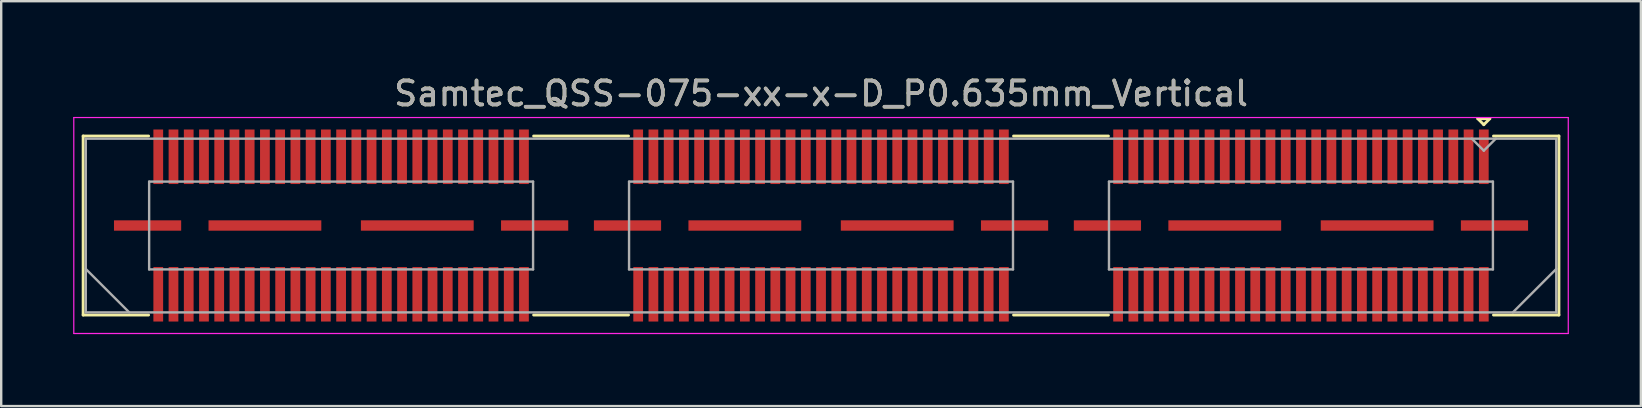
<source format=kicad_pcb>
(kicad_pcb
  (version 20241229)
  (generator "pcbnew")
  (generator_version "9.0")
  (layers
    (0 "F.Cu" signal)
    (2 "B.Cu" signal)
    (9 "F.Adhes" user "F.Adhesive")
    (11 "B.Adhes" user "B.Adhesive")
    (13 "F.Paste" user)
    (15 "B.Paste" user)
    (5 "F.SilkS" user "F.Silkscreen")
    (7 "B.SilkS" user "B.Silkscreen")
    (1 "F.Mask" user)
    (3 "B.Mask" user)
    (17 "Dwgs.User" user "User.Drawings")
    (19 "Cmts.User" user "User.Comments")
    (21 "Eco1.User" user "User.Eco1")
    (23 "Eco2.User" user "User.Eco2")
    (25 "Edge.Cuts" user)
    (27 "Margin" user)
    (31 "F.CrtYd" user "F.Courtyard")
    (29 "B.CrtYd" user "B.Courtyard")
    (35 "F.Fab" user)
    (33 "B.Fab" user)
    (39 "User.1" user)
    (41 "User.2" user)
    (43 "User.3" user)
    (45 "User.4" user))
  (footprint "Samtec_QSS-075-xx-x-D_P0.635mm_Vertical"
    (layer "F.Cu")
    (at 31.165 6.348)
    (property "Reference" "Samtec_QSS-075-xx-x-D_P0.635mm_Vertical" (at 0 -5.5 0) (layer "F.SilkS") (effects (font (size 1 1) (thickness 0.15))))
    (attr smd)
    (fp_line (start -30.75 -3.73) (end -28.023 -3.73) (stroke (width 0.12) (type solid)) (layer "F.SilkS"))
    (fp_line (start -30.75 3.73) (end -30.75 -3.73) (stroke (width 0.12) (type solid)) (layer "F.SilkS"))
    (fp_line (start -28.023 3.73) (end -30.75 3.73) (stroke (width 0.12) (type solid)) (layer "F.SilkS"))
    (fp_line (start -8.023 -3.73) (end -11.977 -3.73) (stroke (width 0.12) (type solid)) (layer "F.SilkS"))
    (fp_line (start -8.023 3.73) (end -11.977 3.73) (stroke (width 0.12) (type solid)) (layer "F.SilkS"))
    (fp_line (start 11.977 -3.73) (end 8.023 -3.73) (stroke (width 0.12) (type solid)) (layer "F.SilkS"))
    (fp_line (start 11.977 3.73) (end 8.023 3.73) (stroke (width 0.12) (type solid)) (layer "F.SilkS"))
    (fp_line (start 27.37 -4.452) (end 27.87 -4.452) (stroke (width 0.12) (type solid)) (layer "F.SilkS"))
    (fp_line (start 27.62 -4.202) (end 27.37 -4.452) (stroke (width 0.12) (type solid)) (layer "F.SilkS"))
    (fp_line (start 27.87 -4.452) (end 27.62 -4.202) (stroke (width 0.12) (type solid)) (layer "F.SilkS"))
    (fp_line (start 28.023 3.73) (end 30.75 3.73) (stroke (width 0.12) (type solid)) (layer "F.SilkS"))
    (fp_line (start 30.75 -3.73) (end 28.023 -3.73) (stroke (width 0.12) (type solid)) (layer "F.SilkS"))
    (fp_line (start 30.75 3.73) (end 30.75 -3.73) (stroke (width 0.12) (type solid)) (layer "F.SilkS"))
    (fp_line (start -31.14 -4.5) (end -31.14 4.5) (stroke (width 0.05) (type solid)) (layer "F.CrtYd"))
    (fp_line (start -31.14 4.5) (end 31.14 4.5) (stroke (width 0.05) (type solid)) (layer "F.CrtYd"))
    (fp_line (start 31.14 -4.5) (end -31.14 -4.5) (stroke (width 0.05) (type solid)) (layer "F.CrtYd"))
    (fp_line (start 31.14 4.5) (end 31.14 -4.5) (stroke (width 0.05) (type solid)) (layer "F.CrtYd"))
    (fp_line (start -30.64 -3.62) (end -30.64 3.62) (stroke (width 0.1) (type solid)) (layer "F.Fab"))
    (fp_line (start -30.64 1.81) (end -28.83 3.62) (stroke (width 0.1) (type solid)) (layer "F.Fab"))
    (fp_line (start -30.64 3.62) (end 30.64 3.62) (stroke (width 0.1) (type solid)) (layer "F.Fab"))
    (fp_line (start -28 -1.83) (end -28 1.83) (stroke (width 0.1) (type solid)) (layer "F.Fab"))
    (fp_line (start -28 1.83) (end -12 1.83) (stroke (width 0.1) (type solid)) (layer "F.Fab"))
    (fp_line (start -12 -1.83) (end -28 -1.83) (stroke (width 0.1) (type solid)) (layer "F.Fab"))
    (fp_line (start -12 1.83) (end -12 -1.83) (stroke (width 0.1) (type solid)) (layer "F.Fab"))
    (fp_line (start -8 -1.83) (end -8 1.83) (stroke (width 0.1) (type solid)) (layer "F.Fab"))
    (fp_line (start -8 1.83) (end 8 1.83) (stroke (width 0.1) (type solid)) (layer "F.Fab"))
    (fp_line (start 8 -1.83) (end -8 -1.83) (stroke (width 0.1) (type solid)) (layer "F.Fab"))
    (fp_line (start 8 1.83) (end 8 -1.83) (stroke (width 0.1) (type solid)) (layer "F.Fab"))
    (fp_line (start 12 -1.83) (end 12 1.83) (stroke (width 0.1) (type solid)) (layer "F.Fab"))
    (fp_line (start 12 1.83) (end 28 1.83) (stroke (width 0.1) (type solid)) (layer "F.Fab"))
    (fp_line (start 27.62 -3.12) (end 27.12 -3.62) (stroke (width 0.1) (type solid)) (layer "F.Fab"))
    (fp_line (start 28 -1.83) (end 12 -1.83) (stroke (width 0.1) (type solid)) (layer "F.Fab"))
    (fp_line (start 28 1.83) (end 28 -1.83) (stroke (width 0.1) (type solid)) (layer "F.Fab"))
    (fp_line (start 28.12 -3.62) (end 27.62 -3.12) (stroke (width 0.1) (type solid)) (layer "F.Fab"))
    (fp_line (start 30.64 -3.62) (end -30.64 -3.62) (stroke (width 0.1) (type solid)) (layer "F.Fab"))
    (fp_line (start 30.64 1.81) (end 28.83 3.62) (stroke (width 0.1) (type solid)) (layer "F.Fab"))
    (fp_line (start 30.64 3.62) (end 30.64 -3.62) (stroke (width 0.1) (type solid)) (layer "F.Fab"))
    (fp_text user "${REFERENCE}" (at 0 -5.5 0) (layer "F.Fab") (effects (font (size 1 1) (thickness 0.15))))
    (pad "1" smd rect (at 27.62 -2.865) (size 0.406 2.273) (layers "F.Cu" "F.Mask" "F.Paste"))
    (pad "2" smd rect (at 27.62 2.865) (size 0.406 2.273) (layers "F.Cu" "F.Mask" "F.Paste"))
    (pad "3" smd rect (at 26.985 -2.865) (size 0.406 2.273) (layers "F.Cu" "F.Mask" "F.Paste"))
    (pad "4" smd rect (at 26.985 2.865) (size 0.406 2.273) (layers "F.Cu" "F.Mask" "F.Paste"))
    (pad "5" smd rect (at 26.35 -2.865) (size 0.406 2.273) (layers "F.Cu" "F.Mask" "F.Paste"))
    (pad "6" smd rect (at 26.35 2.865) (size 0.406 2.273) (layers "F.Cu" "F.Mask" "F.Paste"))
    (pad "7" smd rect (at 25.715 -2.865) (size 0.406 2.273) (layers "F.Cu" "F.Mask" "F.Paste"))
    (pad "8" smd rect (at 25.715 2.865) (size 0.406 2.273) (layers "F.Cu" "F.Mask" "F.Paste"))
    (pad "9" smd rect (at 25.08 -2.865) (size 0.406 2.273) (layers "F.Cu" "F.Mask" "F.Paste"))
    (pad "10" smd rect (at 25.08 2.865) (size 0.406 2.273) (layers "F.Cu" "F.Mask" "F.Paste"))
    (pad "11" smd rect (at 24.445 -2.865) (size 0.406 2.273) (layers "F.Cu" "F.Mask" "F.Paste"))
    (pad "12" smd rect (at 24.445 2.865) (size 0.406 2.273) (layers "F.Cu" "F.Mask" "F.Paste"))
    (pad "13" smd rect (at 23.81 -2.865) (size 0.406 2.273) (layers "F.Cu" "F.Mask" "F.Paste"))
    (pad "14" smd rect (at 23.81 2.865) (size 0.406 2.273) (layers "F.Cu" "F.Mask" "F.Paste"))
    (pad "15" smd rect (at 23.175 -2.865) (size 0.406 2.273) (layers "F.Cu" "F.Mask" "F.Paste"))
    (pad "16" smd rect (at 23.175 2.865) (size 0.406 2.273) (layers "F.Cu" "F.Mask" "F.Paste"))
    (pad "17" smd rect (at 22.54 -2.865) (size 0.406 2.273) (layers "F.Cu" "F.Mask" "F.Paste"))
    (pad "18" smd rect (at 22.54 2.865) (size 0.406 2.273) (layers "F.Cu" "F.Mask" "F.Paste"))
    (pad "19" smd rect (at 21.905 -2.865) (size 0.406 2.273) (layers "F.Cu" "F.Mask" "F.Paste"))
    (pad "20" smd rect (at 21.905 2.865) (size 0.406 2.273) (layers "F.Cu" "F.Mask" "F.Paste"))
    (pad "21" smd rect (at 21.27 -2.865) (size 0.406 2.273) (layers "F.Cu" "F.Mask" "F.Paste"))
    (pad "22" smd rect (at 21.27 2.865) (size 0.406 2.273) (layers "F.Cu" "F.Mask" "F.Paste"))
    (pad "23" smd rect (at 20.635 -2.865) (size 0.406 2.273) (layers "F.Cu" "F.Mask" "F.Paste"))
    (pad "24" smd rect (at 20.635 2.865) (size 0.406 2.273) (layers "F.Cu" "F.Mask" "F.Paste"))
    (pad "25" smd rect (at 20 -2.865) (size 0.406 2.273) (layers "F.Cu" "F.Mask" "F.Paste"))
    (pad "26" smd rect (at 20 2.865) (size 0.406 2.273) (layers "F.Cu" "F.Mask" "F.Paste"))
    (pad "27" smd rect (at 19.365 -2.865) (size 0.406 2.273) (layers "F.Cu" "F.Mask" "F.Paste"))
    (pad "28" smd rect (at 19.365 2.865) (size 0.406 2.273) (layers "F.Cu" "F.Mask" "F.Paste"))
    (pad "29" smd rect (at 18.73 -2.865) (size 0.406 2.273) (layers "F.Cu" "F.Mask" "F.Paste"))
    (pad "30" smd rect (at 18.73 2.865) (size 0.406 2.273) (layers "F.Cu" "F.Mask" "F.Paste"))
    (pad "31" smd rect (at 18.095 -2.865) (size 0.406 2.273) (layers "F.Cu" "F.Mask" "F.Paste"))
    (pad "32" smd rect (at 18.095 2.865) (size 0.406 2.273) (layers "F.Cu" "F.Mask" "F.Paste"))
    (pad "33" smd rect (at 17.46 -2.865) (size 0.406 2.273) (layers "F.Cu" "F.Mask" "F.Paste"))
    (pad "34" smd rect (at 17.46 2.865) (size 0.406 2.273) (layers "F.Cu" "F.Mask" "F.Paste"))
    (pad "35" smd rect (at 16.825 -2.865) (size 0.406 2.273) (layers "F.Cu" "F.Mask" "F.Paste"))
    (pad "36" smd rect (at 16.825 2.865) (size 0.406 2.273) (layers "F.Cu" "F.Mask" "F.Paste"))
    (pad "37" smd rect (at 16.19 -2.865) (size 0.406 2.273) (layers "F.Cu" "F.Mask" "F.Paste"))
    (pad "38" smd rect (at 16.19 2.865) (size 0.406 2.273) (layers "F.Cu" "F.Mask" "F.Paste"))
    (pad "39" smd rect (at 15.555 -2.865) (size 0.406 2.273) (layers "F.Cu" "F.Mask" "F.Paste"))
    (pad "40" smd rect (at 15.555 2.865) (size 0.406 2.273) (layers "F.Cu" "F.Mask" "F.Paste"))
    (pad "41" smd rect (at 14.92 -2.865) (size 0.406 2.273) (layers "F.Cu" "F.Mask" "F.Paste"))
    (pad "42" smd rect (at 14.92 2.865) (size 0.406 2.273) (layers "F.Cu" "F.Mask" "F.Paste"))
    (pad "43" smd rect (at 14.285 -2.865) (size 0.406 2.273) (layers "F.Cu" "F.Mask" "F.Paste"))
    (pad "44" smd rect (at 14.285 2.865) (size 0.406 2.273) (layers "F.Cu" "F.Mask" "F.Paste"))
    (pad "45" smd rect (at 13.65 -2.865) (size 0.406 2.273) (layers "F.Cu" "F.Mask" "F.Paste"))
    (pad "46" smd rect (at 13.65 2.865) (size 0.406 2.273) (layers "F.Cu" "F.Mask" "F.Paste"))
    (pad "47" smd rect (at 13.015 -2.865) (size 0.406 2.273) (layers "F.Cu" "F.Mask" "F.Paste"))
    (pad "48" smd rect (at 13.015 2.865) (size 0.406 2.273) (layers "F.Cu" "F.Mask" "F.Paste"))
    (pad "49" smd rect (at 12.38 -2.865) (size 0.406 2.273) (layers "F.Cu" "F.Mask" "F.Paste"))
    (pad "50" smd rect (at 12.38 2.865) (size 0.406 2.273) (layers "F.Cu" "F.Mask" "F.Paste"))
    (pad "51" smd rect (at 7.62 -2.865) (size 0.406 2.273) (layers "F.Cu" "F.Mask" "F.Paste"))
    (pad "52" smd rect (at 7.62 2.865) (size 0.406 2.273) (layers "F.Cu" "F.Mask" "F.Paste"))
    (pad "53" smd rect (at 6.985 -2.865) (size 0.406 2.273) (layers "F.Cu" "F.Mask" "F.Paste"))
    (pad "54" smd rect (at 6.985 2.865) (size 0.406 2.273) (layers "F.Cu" "F.Mask" "F.Paste"))
    (pad "55" smd rect (at 6.35 -2.865) (size 0.406 2.273) (layers "F.Cu" "F.Mask" "F.Paste"))
    (pad "56" smd rect (at 6.35 2.865) (size 0.406 2.273) (layers "F.Cu" "F.Mask" "F.Paste"))
    (pad "57" smd rect (at 5.715 -2.865) (size 0.406 2.273) (layers "F.Cu" "F.Mask" "F.Paste"))
    (pad "58" smd rect (at 5.715 2.865) (size 0.406 2.273) (layers "F.Cu" "F.Mask" "F.Paste"))
    (pad "59" smd rect (at 5.08 -2.865) (size 0.406 2.273) (layers "F.Cu" "F.Mask" "F.Paste"))
    (pad "60" smd rect (at 5.08 2.865) (size 0.406 2.273) (layers "F.Cu" "F.Mask" "F.Paste"))
    (pad "61" smd rect (at 4.445 -2.865) (size 0.406 2.273) (layers "F.Cu" "F.Mask" "F.Paste"))
    (pad "62" smd rect (at 4.445 2.865) (size 0.406 2.273) (layers "F.Cu" "F.Mask" "F.Paste"))
    (pad "63" smd rect (at 3.81 -2.865) (size 0.406 2.273) (layers "F.Cu" "F.Mask" "F.Paste"))
    (pad "64" smd rect (at 3.81 2.865) (size 0.406 2.273) (layers "F.Cu" "F.Mask" "F.Paste"))
    (pad "65" smd rect (at 3.175 -2.865) (size 0.406 2.273) (layers "F.Cu" "F.Mask" "F.Paste"))
    (pad "66" smd rect (at 3.175 2.865) (size 0.406 2.273) (layers "F.Cu" "F.Mask" "F.Paste"))
    (pad "67" smd rect (at 2.54 -2.865) (size 0.406 2.273) (layers "F.Cu" "F.Mask" "F.Paste"))
    (pad "68" smd rect (at 2.54 2.865) (size 0.406 2.273) (layers "F.Cu" "F.Mask" "F.Paste"))
    (pad "69" smd rect (at 1.905 -2.865) (size 0.406 2.273) (layers "F.Cu" "F.Mask" "F.Paste"))
    (pad "70" smd rect (at 1.905 2.865) (size 0.406 2.273) (layers "F.Cu" "F.Mask" "F.Paste"))
    (pad "71" smd rect (at 1.27 -2.865) (size 0.406 2.273) (layers "F.Cu" "F.Mask" "F.Paste"))
    (pad "72" smd rect (at 1.27 2.865) (size 0.406 2.273) (layers "F.Cu" "F.Mask" "F.Paste"))
    (pad "73" smd rect (at 0.635 -2.865) (size 0.406 2.273) (layers "F.Cu" "F.Mask" "F.Paste"))
    (pad "74" smd rect (at 0.635 2.865) (size 0.406 2.273) (layers "F.Cu" "F.Mask" "F.Paste"))
    (pad "75" smd rect (at 0 -2.865) (size 0.406 2.273) (layers "F.Cu" "F.Mask" "F.Paste"))
    (pad "76" smd rect (at 0 2.865) (size 0.406 2.273) (layers "F.Cu" "F.Mask" "F.Paste"))
    (pad "77" smd rect (at -0.635 -2.865) (size 0.406 2.273) (layers "F.Cu" "F.Mask" "F.Paste"))
    (pad "78" smd rect (at -0.635 2.865) (size 0.406 2.273) (layers "F.Cu" "F.Mask" "F.Paste"))
    (pad "79" smd rect (at -1.27 -2.865) (size 0.406 2.273) (layers "F.Cu" "F.Mask" "F.Paste"))
    (pad "80" smd rect (at -1.27 2.865) (size 0.406 2.273) (layers "F.Cu" "F.Mask" "F.Paste"))
    (pad "81" smd rect (at -1.905 -2.865) (size 0.406 2.273) (layers "F.Cu" "F.Mask" "F.Paste"))
    (pad "82" smd rect (at -1.905 2.865) (size 0.406 2.273) (layers "F.Cu" "F.Mask" "F.Paste"))
    (pad "83" smd rect (at -2.54 -2.865) (size 0.406 2.273) (layers "F.Cu" "F.Mask" "F.Paste"))
    (pad "84" smd rect (at -2.54 2.865) (size 0.406 2.273) (layers "F.Cu" "F.Mask" "F.Paste"))
    (pad "85" smd rect (at -3.175 -2.865) (size 0.406 2.273) (layers "F.Cu" "F.Mask" "F.Paste"))
    (pad "86" smd rect (at -3.175 2.865) (size 0.406 2.273) (layers "F.Cu" "F.Mask" "F.Paste"))
    (pad "87" smd rect (at -3.81 -2.865) (size 0.406 2.273) (layers "F.Cu" "F.Mask" "F.Paste"))
    (pad "88" smd rect (at -3.81 2.865) (size 0.406 2.273) (layers "F.Cu" "F.Mask" "F.Paste"))
    (pad "89" smd rect (at -4.445 -2.865) (size 0.406 2.273) (layers "F.Cu" "F.Mask" "F.Paste"))
    (pad "90" smd rect (at -4.445 2.865) (size 0.406 2.273) (layers "F.Cu" "F.Mask" "F.Paste"))
    (pad "91" smd rect (at -5.08 -2.865) (size 0.406 2.273) (layers "F.Cu" "F.Mask" "F.Paste"))
    (pad "92" smd rect (at -5.08 2.865) (size 0.406 2.273) (layers "F.Cu" "F.Mask" "F.Paste"))
    (pad "93" smd rect (at -5.715 -2.865) (size 0.406 2.273) (layers "F.Cu" "F.Mask" "F.Paste"))
    (pad "94" smd rect (at -5.715 2.865) (size 0.406 2.273) (layers "F.Cu" "F.Mask" "F.Paste"))
    (pad "95" smd rect (at -6.35 -2.865) (size 0.406 2.273) (layers "F.Cu" "F.Mask" "F.Paste"))
    (pad "96" smd rect (at -6.35 2.865) (size 0.406 2.273) (layers "F.Cu" "F.Mask" "F.Paste"))
    (pad "97" smd rect (at -6.985 -2.865) (size 0.406 2.273) (layers "F.Cu" "F.Mask" "F.Paste"))
    (pad "98" smd rect (at -6.985 2.865) (size 0.406 2.273) (layers "F.Cu" "F.Mask" "F.Paste"))
    (pad "99" smd rect (at -7.62 -2.865) (size 0.406 2.273) (layers "F.Cu" "F.Mask" "F.Paste"))
    (pad "100" smd rect (at -7.62 2.865) (size 0.406 2.273) (layers "F.Cu" "F.Mask" "F.Paste"))
    (pad "101" smd rect (at -12.38 -2.865) (size 0.406 2.273) (layers "F.Cu" "F.Mask" "F.Paste"))
    (pad "102" smd rect (at -12.38 2.865) (size 0.406 2.273) (layers "F.Cu" "F.Mask" "F.Paste"))
    (pad "103" smd rect (at -13.015 -2.865) (size 0.406 2.273) (layers "F.Cu" "F.Mask" "F.Paste"))
    (pad "104" smd rect (at -13.015 2.865) (size 0.406 2.273) (layers "F.Cu" "F.Mask" "F.Paste"))
    (pad "105" smd rect (at -13.65 -2.865) (size 0.406 2.273) (layers "F.Cu" "F.Mask" "F.Paste"))
    (pad "106" smd rect (at -13.65 2.865) (size 0.406 2.273) (layers "F.Cu" "F.Mask" "F.Paste"))
    (pad "107" smd rect (at -14.285 -2.865) (size 0.406 2.273) (layers "F.Cu" "F.Mask" "F.Paste"))
    (pad "108" smd rect (at -14.285 2.865) (size 0.406 2.273) (layers "F.Cu" "F.Mask" "F.Paste"))
    (pad "109" smd rect (at -14.92 -2.865) (size 0.406 2.273) (layers "F.Cu" "F.Mask" "F.Paste"))
    (pad "110" smd rect (at -14.92 2.865) (size 0.406 2.273) (layers "F.Cu" "F.Mask" "F.Paste"))
    (pad "111" smd rect (at -15.555 -2.865) (size 0.406 2.273) (layers "F.Cu" "F.Mask" "F.Paste"))
    (pad "112" smd rect (at -15.555 2.865) (size 0.406 2.273) (layers "F.Cu" "F.Mask" "F.Paste"))
    (pad "113" smd rect (at -16.19 -2.865) (size 0.406 2.273) (layers "F.Cu" "F.Mask" "F.Paste"))
    (pad "114" smd rect (at -16.19 2.865) (size 0.406 2.273) (layers "F.Cu" "F.Mask" "F.Paste"))
    (pad "115" smd rect (at -16.825 -2.865) (size 0.406 2.273) (layers "F.Cu" "F.Mask" "F.Paste"))
    (pad "116" smd rect (at -16.825 2.865) (size 0.406 2.273) (layers "F.Cu" "F.Mask" "F.Paste"))
    (pad "117" smd rect (at -17.46 -2.865) (size 0.406 2.273) (layers "F.Cu" "F.Mask" "F.Paste"))
    (pad "118" smd rect (at -17.46 2.865) (size 0.406 2.273) (layers "F.Cu" "F.Mask" "F.Paste"))
    (pad "119" smd rect (at -18.095 -2.865) (size 0.406 2.273) (layers "F.Cu" "F.Mask" "F.Paste"))
    (pad "120" smd rect (at -18.095 2.865) (size 0.406 2.273) (layers "F.Cu" "F.Mask" "F.Paste"))
    (pad "121" smd rect (at -18.73 -2.865) (size 0.406 2.273) (layers "F.Cu" "F.Mask" "F.Paste"))
    (pad "122" smd rect (at -18.73 2.865) (size 0.406 2.273) (layers "F.Cu" "F.Mask" "F.Paste"))
    (pad "123" smd rect (at -19.365 -2.865) (size 0.406 2.273) (layers "F.Cu" "F.Mask" "F.Paste"))
    (pad "124" smd rect (at -19.365 2.865) (size 0.406 2.273) (layers "F.Cu" "F.Mask" "F.Paste"))
    (pad "125" smd rect (at -20 -2.865) (size 0.406 2.273) (layers "F.Cu" "F.Mask" "F.Paste"))
    (pad "126" smd rect (at -20 2.865) (size 0.406 2.273) (layers "F.Cu" "F.Mask" "F.Paste"))
    (pad "127" smd rect (at -20.635 -2.865) (size 0.406 2.273) (layers "F.Cu" "F.Mask" "F.Paste"))
    (pad "128" smd rect (at -20.635 2.865) (size 0.406 2.273) (layers "F.Cu" "F.Mask" "F.Paste"))
    (pad "129" smd rect (at -21.27 -2.865) (size 0.406 2.273) (layers "F.Cu" "F.Mask" "F.Paste"))
    (pad "130" smd rect (at -21.27 2.865) (size 0.406 2.273) (layers "F.Cu" "F.Mask" "F.Paste"))
    (pad "131" smd rect (at -21.905 -2.865) (size 0.406 2.273) (layers "F.Cu" "F.Mask" "F.Paste"))
    (pad "132" smd rect (at -21.905 2.865) (size 0.406 2.273) (layers "F.Cu" "F.Mask" "F.Paste"))
    (pad "133" smd rect (at -22.54 -2.865) (size 0.406 2.273) (layers "F.Cu" "F.Mask" "F.Paste"))
    (pad "134" smd rect (at -22.54 2.865) (size 0.406 2.273) (layers "F.Cu" "F.Mask" "F.Paste"))
    (pad "135" smd rect (at -23.175 -2.865) (size 0.406 2.273) (layers "F.Cu" "F.Mask" "F.Paste"))
    (pad "136" smd rect (at -23.175 2.865) (size 0.406 2.273) (layers "F.Cu" "F.Mask" "F.Paste"))
    (pad "137" smd rect (at -23.81 -2.865) (size 0.406 2.273) (layers "F.Cu" "F.Mask" "F.Paste"))
    (pad "138" smd rect (at -23.81 2.865) (size 0.406 2.273) (layers "F.Cu" "F.Mask" "F.Paste"))
    (pad "139" smd rect (at -24.445 -2.865) (size 0.406 2.273) (layers "F.Cu" "F.Mask" "F.Paste"))
    (pad "140" smd rect (at -24.445 2.865) (size 0.406 2.273) (layers "F.Cu" "F.Mask" "F.Paste"))
    (pad "141" smd rect (at -25.08 -2.865) (size 0.406 2.273) (layers "F.Cu" "F.Mask" "F.Paste"))
    (pad "142" smd rect (at -25.08 2.865) (size 0.406 2.273) (layers "F.Cu" "F.Mask" "F.Paste"))
    (pad "143" smd rect (at -25.715 -2.865) (size 0.406 2.273) (layers "F.Cu" "F.Mask" "F.Paste"))
    (pad "144" smd rect (at -25.715 2.865) (size 0.406 2.273) (layers "F.Cu" "F.Mask" "F.Paste"))
    (pad "145" smd rect (at -26.35 -2.865) (size 0.406 2.273) (layers "F.Cu" "F.Mask" "F.Paste"))
    (pad "146" smd rect (at -26.35 2.865) (size 0.406 2.273) (layers "F.Cu" "F.Mask" "F.Paste"))
    (pad "147" smd rect (at -26.985 -2.865) (size 0.406 2.273) (layers "F.Cu" "F.Mask" "F.Paste"))
    (pad "148" smd rect (at -26.985 2.865) (size 0.406 2.273) (layers "F.Cu" "F.Mask" "F.Paste"))
    (pad "149" smd rect (at -27.62 -2.865) (size 0.406 2.273) (layers "F.Cu" "F.Mask" "F.Paste"))
    (pad "150" smd rect (at -27.62 2.865) (size 0.406 2.273) (layers "F.Cu" "F.Mask" "F.Paste"))
    (pad "P1" smd rect (at 11.935 0) (size 2.8 0.432) (layers "F.Cu" "F.Mask" "F.Paste"))
    (pad "P1" smd rect (at 16.825 0) (size 4.7 0.432) (layers "F.Cu" "F.Mask" "F.Paste"))
    (pad "P1" smd rect (at 23.175 0) (size 4.7 0.432) (layers "F.Cu" "F.Mask" "F.Paste"))
    (pad "P1" smd rect (at 28.065 0) (size 2.8 0.432) (layers "F.Cu" "F.Mask" "F.Paste"))
    (pad "P2" smd rect (at -8.065 0) (size 2.8 0.432) (layers "F.Cu" "F.Mask" "F.Paste"))
    (pad "P2" smd rect (at -3.175 0) (size 4.7 0.432) (layers "F.Cu" "F.Mask" "F.Paste"))
    (pad "P2" smd rect (at 3.175 0) (size 4.7 0.432) (layers "F.Cu" "F.Mask" "F.Paste"))
    (pad "P2" smd rect (at 8.065 0) (size 2.8 0.432) (layers "F.Cu" "F.Mask" "F.Paste"))
    (pad "P3" smd rect (at -28.065 0) (size 2.8 0.432) (layers "F.Cu" "F.Mask" "F.Paste"))
    (pad "P3" smd rect (at -23.175 0) (size 4.7 0.432) (layers "F.Cu" "F.Mask" "F.Paste"))
    (pad "P3" smd rect (at -16.825 0) (size 4.7 0.432) (layers "F.Cu" "F.Mask" "F.Paste"))
    (pad "P3" smd rect (at -11.935 0) (size 2.8 0.432) (layers "F.Cu" "F.Mask" "F.Paste")))
  (gr_rect
    (start -3 -3)
    (end 65.33 13.873)
    (stroke (width 0.1) (type default))
    (fill no)
    (layer "Edge.Cuts")))
</source>
